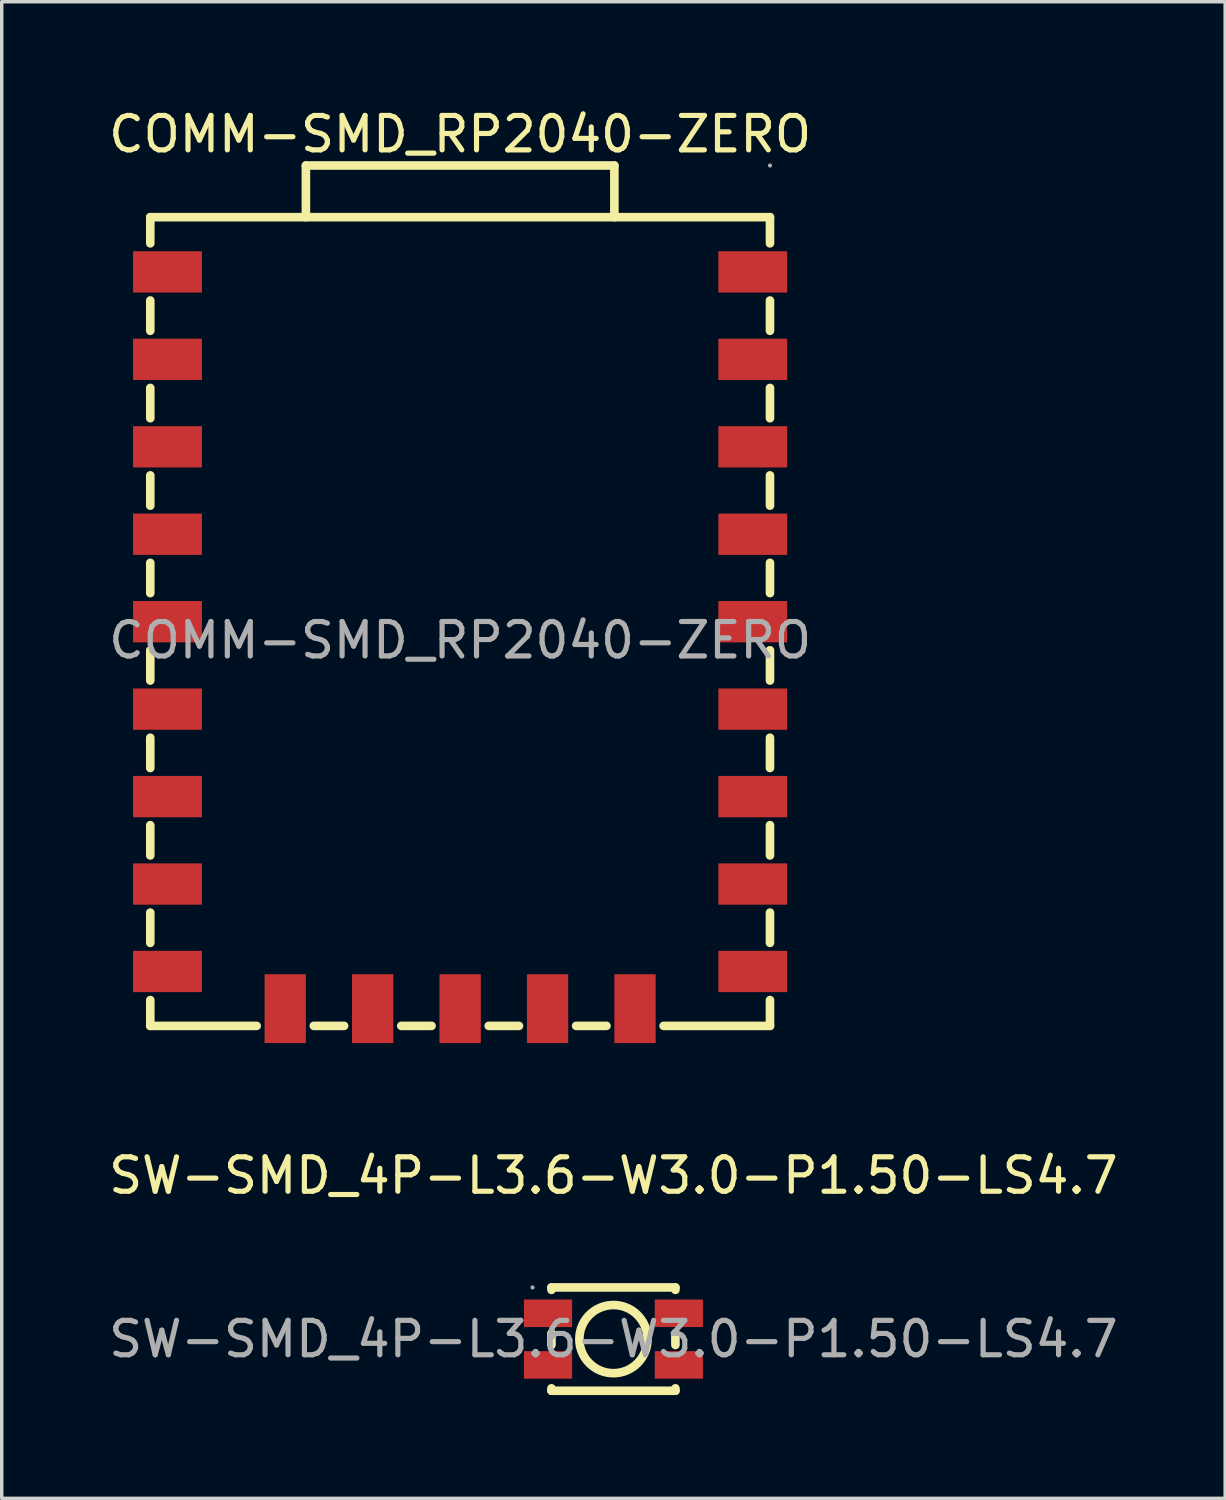
<source format=kicad_pcb>
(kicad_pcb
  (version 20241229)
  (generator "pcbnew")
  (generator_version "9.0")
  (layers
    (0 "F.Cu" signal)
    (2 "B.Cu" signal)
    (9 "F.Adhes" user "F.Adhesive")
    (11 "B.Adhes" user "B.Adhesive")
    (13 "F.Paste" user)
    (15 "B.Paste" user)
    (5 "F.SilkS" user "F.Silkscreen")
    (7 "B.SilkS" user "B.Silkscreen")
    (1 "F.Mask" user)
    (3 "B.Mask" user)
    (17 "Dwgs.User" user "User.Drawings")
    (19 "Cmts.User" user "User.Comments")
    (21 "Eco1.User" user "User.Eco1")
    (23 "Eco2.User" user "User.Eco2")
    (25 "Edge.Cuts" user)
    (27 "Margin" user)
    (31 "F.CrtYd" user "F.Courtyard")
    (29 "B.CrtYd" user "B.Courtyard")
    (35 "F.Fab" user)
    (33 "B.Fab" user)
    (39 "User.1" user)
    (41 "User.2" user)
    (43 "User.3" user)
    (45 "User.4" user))
  (footprint "SW-SMD_4P-L3.6-W3.0-P1.50-LS4.7"
    (layer "F.Cu")
    (at 14.768 35.846)
    (property "Reference" "SW-SMD_4P-L3.6-W3.0-P1.50-LS4.7" (at 0 -4.75 0) (layer "F.SilkS") (effects (font (size 1 1) (thickness 0.15))))
    (attr smd)
    (fp_line (start -1.8 -1.5) (end -1.8 -1.43) (stroke (width 0.25) (type solid)) (layer "F.SilkS"))
    (fp_line (start -1.8 -1.5) (end 1.8 -1.5) (stroke (width 0.25) (type solid)) (layer "F.SilkS"))
    (fp_line (start -1.8 -0.17) (end -1.8 0.17) (stroke (width 0.25) (type solid)) (layer "F.SilkS"))
    (fp_line (start -1.8 1.43) (end -1.8 1.5) (stroke (width 0.25) (type solid)) (layer "F.SilkS"))
    (fp_line (start -1.8 1.5) (end 1.8 1.5) (stroke (width 0.25) (type solid)) (layer "F.SilkS"))
    (fp_line (start 1.8 -1.5) (end 1.8 -1.43) (stroke (width 0.25) (type solid)) (layer "F.SilkS"))
    (fp_line (start 1.8 -0.17) (end 1.8 0.17) (stroke (width 0.25) (type solid)) (layer "F.SilkS"))
    (fp_line (start 1.8 1.43) (end 1.8 1.5) (stroke (width 0.25) (type solid)) (layer "F.SilkS"))
    (fp_circle (center 0 0) (end 0.99 0) (stroke (width 0.25) (type solid)) (fill no) (layer "F.SilkS"))
    (fp_circle (center -2.35 -1.5) (end -2.32 -1.5) (stroke (width 0.06) (type solid)) (fill no) (layer "F.Fab"))
    (fp_text user "${REFERENCE}" (at 0 0 0) (layer "F.Fab") (effects (font (size 1 1) (thickness 0.15))))
    (pad "1" smd rect (at -1.9 -0.75 90) (size 0.8 1.4) (layers "F.Cu" "F.Mask" "F.Paste"))
    (pad "2" smd rect (at 1.9 -0.75 90) (size 0.8 1.4) (layers "F.Cu" "F.Mask" "F.Paste"))
    (pad "3" smd rect (at -1.9 0.75 270) (size 0.8 1.4) (layers "F.Cu" "F.Mask" "F.Paste"))
    (pad "4" smd rect (at 1.9 0.75 270) (size 0.8 1.4) (layers "F.Cu" "F.Mask" "F.Paste")))
  (footprint "COMM-SMD_RP2040-ZERO"
    (layer "F.Cu")
    (at 10.315 15.548)
    (property "Reference" "COMM-SMD_RP2040-ZERO" (at 0 -14.7 0) (layer "F.SilkS") (effects (font (size 1 1) (thickness 0.15))))
    (attr smd)
    (fp_line (start -9 -12.29) (end 9 -12.29) (stroke (width 0.25) (type solid)) (layer "F.SilkS"))
    (fp_line (start -9 -11.53) (end -9 -12.29) (stroke (width 0.25) (type solid)) (layer "F.SilkS"))
    (fp_line (start -9 -8.99) (end -9 -9.87) (stroke (width 0.25) (type solid)) (layer "F.SilkS"))
    (fp_line (start -9 -6.45) (end -9 -7.33) (stroke (width 0.25) (type solid)) (layer "F.SilkS"))
    (fp_line (start -9 -3.91) (end -9 -4.79) (stroke (width 0.25) (type solid)) (layer "F.SilkS"))
    (fp_line (start -9 -1.37) (end -9 -2.25) (stroke (width 0.25) (type solid)) (layer "F.SilkS"))
    (fp_line (start -9 1.17) (end -9 0.29) (stroke (width 0.25) (type solid)) (layer "F.SilkS"))
    (fp_line (start -9 3.71) (end -9 2.83) (stroke (width 0.25) (type solid)) (layer "F.SilkS"))
    (fp_line (start -9 6.25) (end -9 5.37) (stroke (width 0.25) (type solid)) (layer "F.SilkS"))
    (fp_line (start -9 8.79) (end -9 7.91) (stroke (width 0.25) (type solid)) (layer "F.SilkS"))
    (fp_line (start -9 11.2) (end -9 10.45) (stroke (width 0.25) (type solid)) (layer "F.SilkS"))
    (fp_line (start -5.91 11.2) (end -9 11.2) (stroke (width 0.25) (type solid)) (layer "F.SilkS"))
    (fp_line (start -4.48 -12.29) (end -4.48 -13.79) (stroke (width 0.25) (type solid)) (layer "F.SilkS"))
    (fp_line (start -3.37 11.2) (end -4.25 11.2) (stroke (width 0.25) (type solid)) (layer "F.SilkS"))
    (fp_line (start -0.83 11.2) (end -1.71 11.2) (stroke (width 0.25) (type solid)) (layer "F.SilkS"))
    (fp_line (start 1.71 11.2) (end 0.83 11.2) (stroke (width 0.25) (type solid)) (layer "F.SilkS"))
    (fp_line (start 4.25 11.2) (end 3.37 11.2) (stroke (width 0.25) (type solid)) (layer "F.SilkS"))
    (fp_line (start 4.48 -13.79) (end -4.48 -13.79) (stroke (width 0.25) (type solid)) (layer "F.SilkS"))
    (fp_line (start 4.48 -12.29) (end 4.48 -13.79) (stroke (width 0.25) (type solid)) (layer "F.SilkS"))
    (fp_line (start 9 -12.29) (end 9 -11.53) (stroke (width 0.25) (type solid)) (layer "F.SilkS"))
    (fp_line (start 9 -9.87) (end 9 -8.99) (stroke (width 0.25) (type solid)) (layer "F.SilkS"))
    (fp_line (start 9 -7.33) (end 9 -6.45) (stroke (width 0.25) (type solid)) (layer "F.SilkS"))
    (fp_line (start 9 -4.79) (end 9 -3.91) (stroke (width 0.25) (type solid)) (layer "F.SilkS"))
    (fp_line (start 9 -2.25) (end 9 -1.37) (stroke (width 0.25) (type solid)) (layer "F.SilkS"))
    (fp_line (start 9 0.29) (end 9 1.17) (stroke (width 0.25) (type solid)) (layer "F.SilkS"))
    (fp_line (start 9 2.83) (end 9 3.71) (stroke (width 0.25) (type solid)) (layer "F.SilkS"))
    (fp_line (start 9 5.37) (end 9 6.25) (stroke (width 0.25) (type solid)) (layer "F.SilkS"))
    (fp_line (start 9 7.91) (end 9 8.79) (stroke (width 0.25) (type solid)) (layer "F.SilkS"))
    (fp_line (start 9 10.45) (end 9 11.2) (stroke (width 0.25) (type solid)) (layer "F.SilkS"))
    (fp_line (start 9 11.2) (end 5.91 11.2) (stroke (width 0.25) (type solid)) (layer "F.SilkS"))
    (fp_circle (center 9 -13.79) (end 9.03 -13.79) (stroke (width 0.06) (type solid)) (fill no) (layer "F.Fab"))
    (fp_text user "${REFERENCE}" (at 0 0 0) (layer "F.Fab") (effects (font (size 1 1) (thickness 0.15))))
    (pad "1" smd rect (at 8.5 -10.7) (size 2 1.2) (layers "F.Cu" "F.Mask" "F.Paste"))
    (pad "2" smd rect (at 8.5 -8.16) (size 2 1.2) (layers "F.Cu" "F.Mask" "F.Paste"))
    (pad "3" smd rect (at 8.5 -5.62) (size 2 1.2) (layers "F.Cu" "F.Mask" "F.Paste"))
    (pad "4" smd rect (at 8.5 -3.08) (size 2 1.2) (layers "F.Cu" "F.Mask" "F.Paste"))
    (pad "5" smd rect (at 8.5 -0.54) (size 2 1.2) (layers "F.Cu" "F.Mask" "F.Paste"))
    (pad "6" smd rect (at 8.5 2) (size 2 1.2) (layers "F.Cu" "F.Mask" "F.Paste"))
    (pad "7" smd rect (at 8.5 4.54) (size 2 1.2) (layers "F.Cu" "F.Mask" "F.Paste"))
    (pad "8" smd rect (at 8.5 7.08) (size 2 1.2) (layers "F.Cu" "F.Mask" "F.Paste"))
    (pad "9" smd rect (at 8.5 9.62) (size 2 1.2) (layers "F.Cu" "F.Mask" "F.Paste"))
    (pad "10" smd rect (at 5.08 10.7) (size 1.2 2) (layers "F.Cu" "F.Mask" "F.Paste"))
    (pad "11" smd rect (at 2.54 10.7) (size 1.2 2) (layers "F.Cu" "F.Mask" "F.Paste"))
    (pad "12" smd rect (at 0 10.7) (size 1.2 2) (layers "F.Cu" "F.Mask" "F.Paste"))
    (pad "13" smd rect (at -2.54 10.7) (size 1.2 2) (layers "F.Cu" "F.Mask" "F.Paste"))
    (pad "14" smd rect (at -5.08 10.7) (size 1.2 2) (layers "F.Cu" "F.Mask" "F.Paste"))
    (pad "15" smd rect (at -8.5 9.62) (size 2 1.2) (layers "F.Cu" "F.Mask" "F.Paste"))
    (pad "16" smd rect (at -8.5 7.08) (size 2 1.2) (layers "F.Cu" "F.Mask" "F.Paste"))
    (pad "17" smd rect (at -8.5 4.54) (size 2 1.2) (layers "F.Cu" "F.Mask" "F.Paste"))
    (pad "18" smd rect (at -8.5 2) (size 2 1.2) (layers "F.Cu" "F.Mask" "F.Paste"))
    (pad "19" smd rect (at -8.5 -0.54) (size 2 1.2) (layers "F.Cu" "F.Mask" "F.Paste"))
    (pad "20" smd rect (at -8.5 -3.08) (size 2 1.2) (layers "F.Cu" "F.Mask" "F.Paste"))
    (pad "21" smd rect (at -8.5 -5.62) (size 2 1.2) (layers "F.Cu" "F.Mask" "F.Paste"))
    (pad "22" smd rect (at -8.5 -8.16) (size 2 1.2) (layers "F.Cu" "F.Mask" "F.Paste"))
    (pad "23" smd rect (at -8.5 -10.7) (size 2 1.2) (layers "F.Cu" "F.Mask" "F.Paste")))
  (gr_rect
    (start -3 -3)
    (end 32.536 40.471)
    (stroke (width 0.1) (type default))
    (fill no)
    (layer "Edge.Cuts")))
</source>
